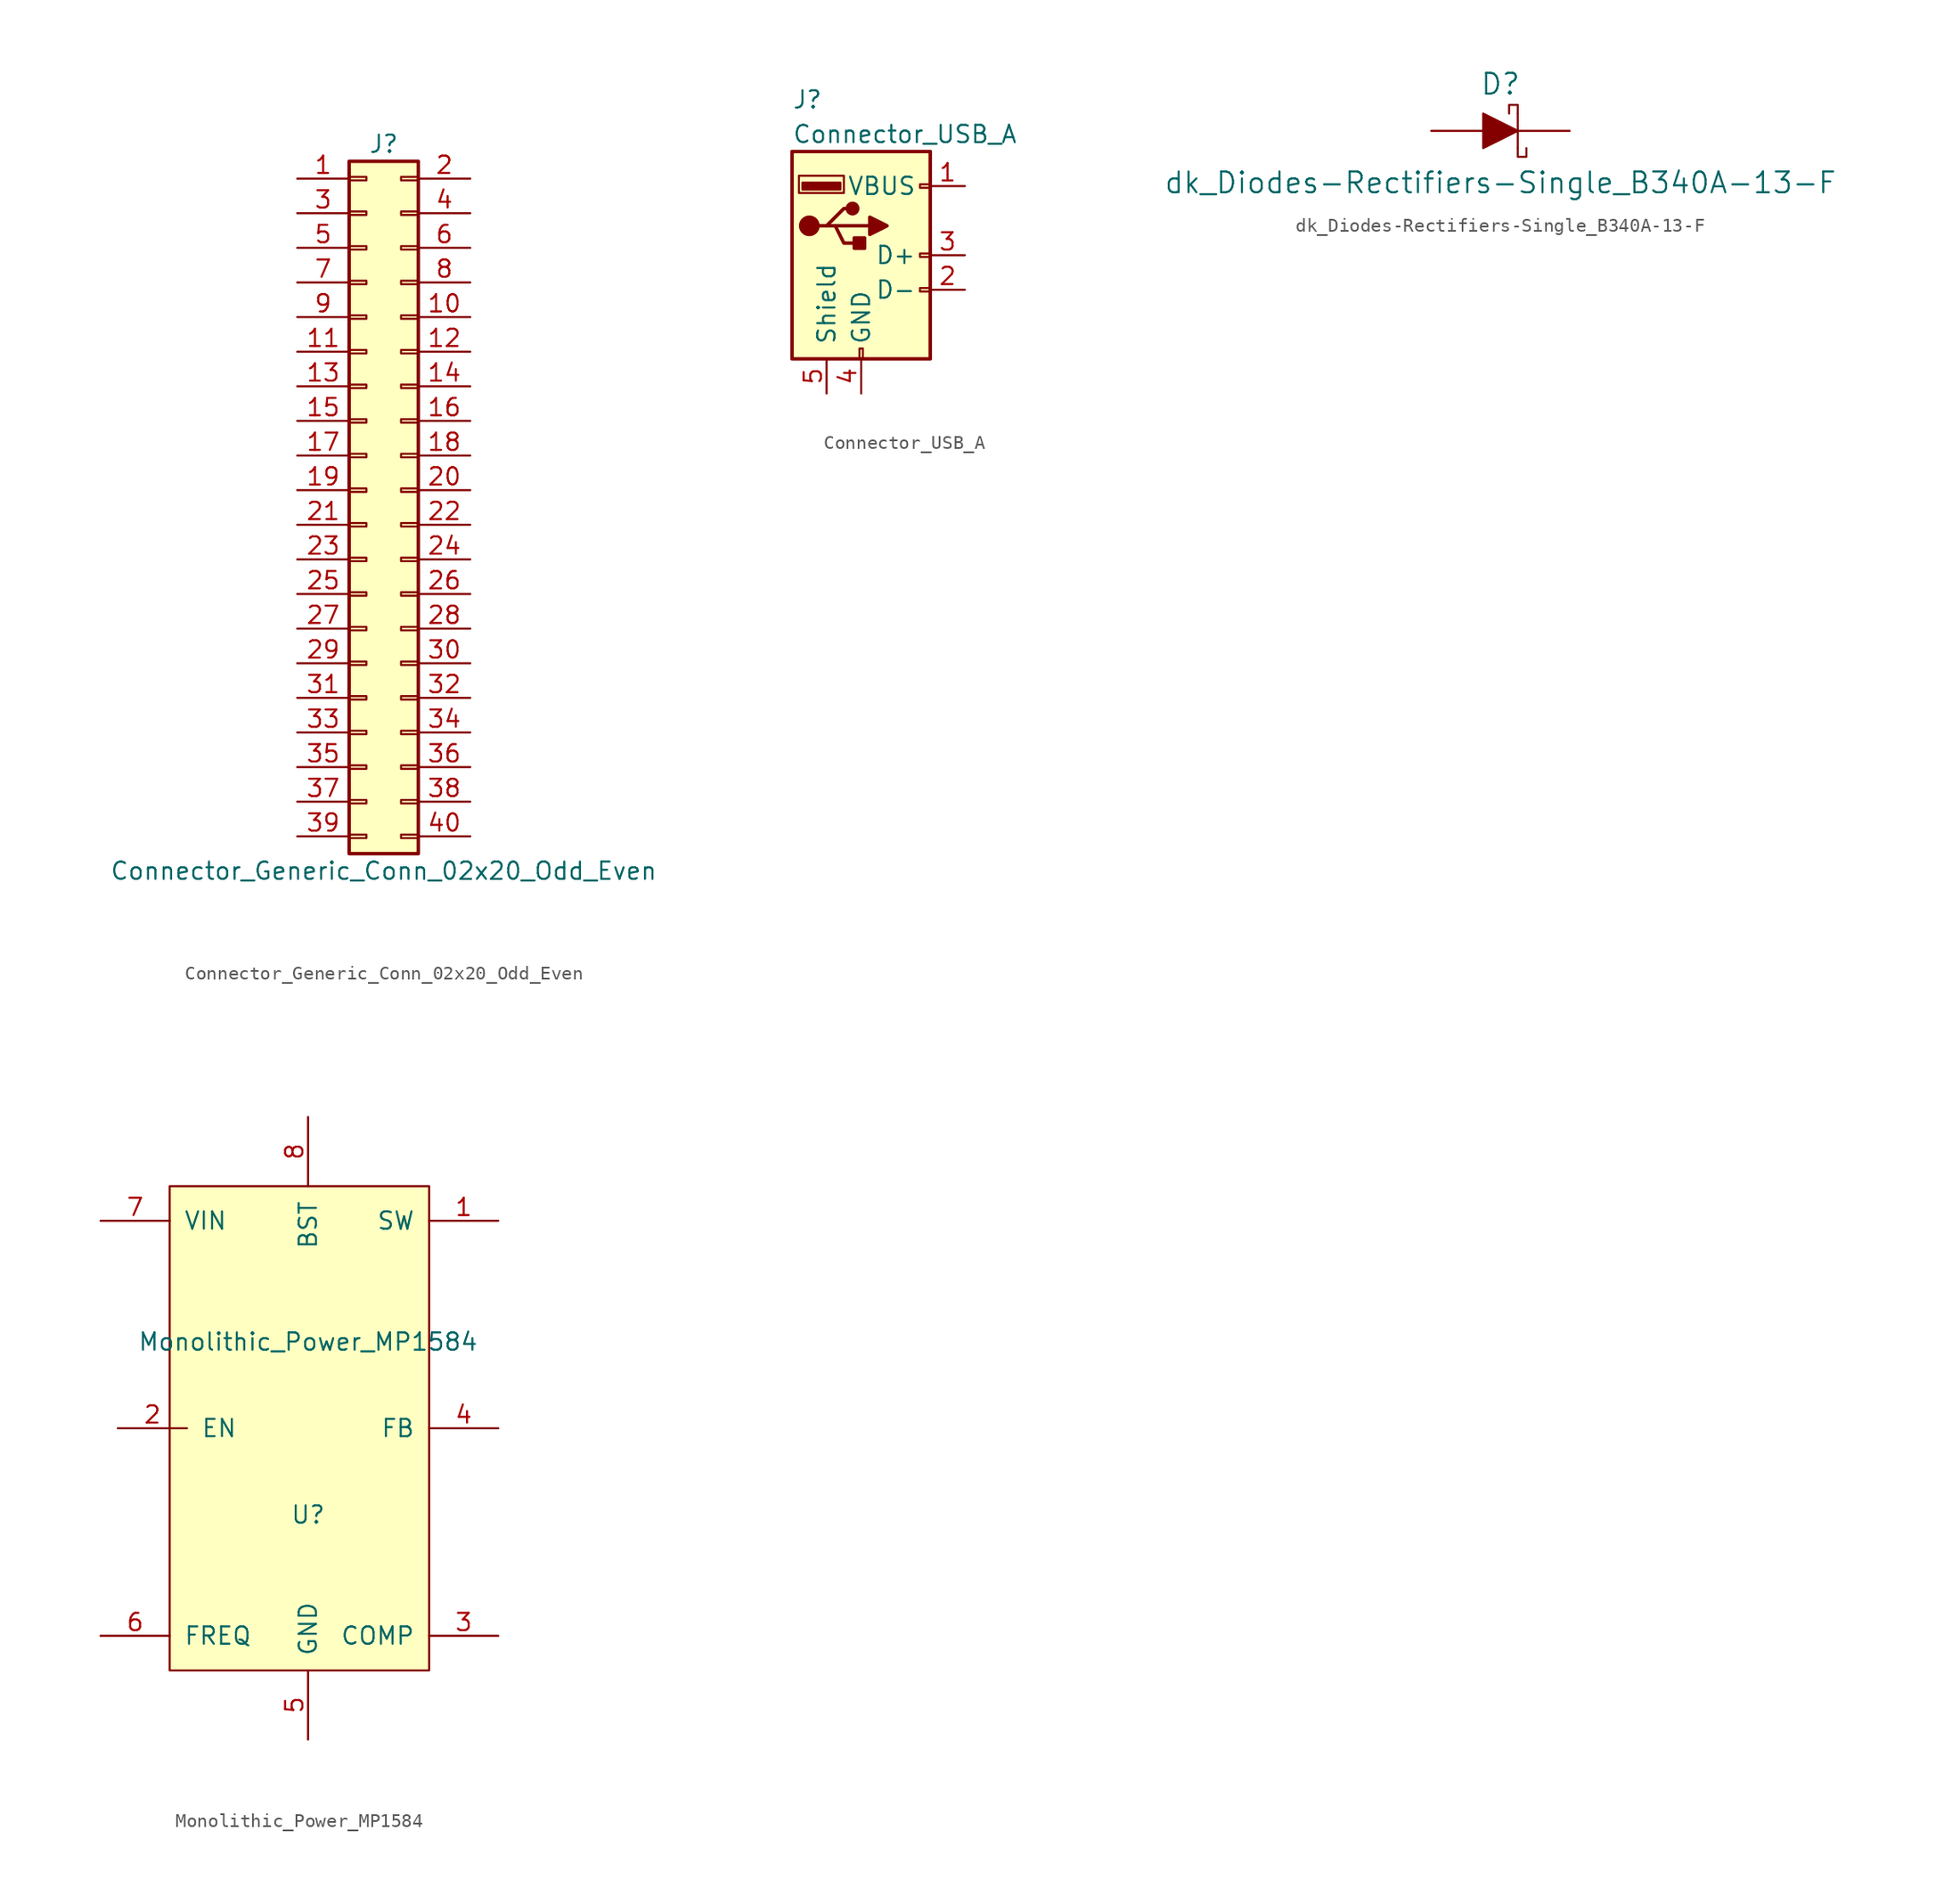
<source format=kicad_sym>
(kicad_symbol_lib
  (version 20211014)
  (generator kicad_symbol_editor)
  (symbol "Connector_Generic_Conn_02x20_Odd_Even"
    (pin_names
      (offset 1.016) hide)
    (property "Reference" "J"
      (at 1.27 25.4 0)
      (effects (font (size 1.27 1.27))))
    (property "Value" "Connector_Generic_Conn_02x20_Odd_Even"
      (at 1.27 -27.94 0)
      (effects (font (size 1.27 1.27))))
    (symbol "Connector_Generic_Conn_02x20_Odd_Even_1_1"
      (rectangle (start -1.27 -25.273) (end 0 -25.527) (stroke (width 0.152) (type default) (color 0 0 0 0)) (fill (type none)))
      (rectangle (start -1.27 -22.733) (end 0 -22.987) (stroke (width 0.152) (type default) (color 0 0 0 0)) (fill (type none)))
      (rectangle (start -1.27 -20.193) (end 0 -20.447) (stroke (width 0.152) (type default) (color 0 0 0 0)) (fill (type none)))
      (rectangle (start -1.27 -17.653) (end 0 -17.907) (stroke (width 0.152) (type default) (color 0 0 0 0)) (fill (type none)))
      (rectangle (start -1.27 -15.113) (end 0 -15.367) (stroke (width 0.152) (type default) (color 0 0 0 0)) (fill (type none)))
      (rectangle (start -1.27 -12.573) (end 0 -12.827) (stroke (width 0.152) (type default) (color 0 0 0 0)) (fill (type none)))
      (rectangle (start -1.27 -10.033) (end 0 -10.287) (stroke (width 0.152) (type default) (color 0 0 0 0)) (fill (type none)))
      (rectangle (start -1.27 -7.493) (end 0 -7.747) (stroke (width 0.152) (type default) (color 0 0 0 0)) (fill (type none)))
      (rectangle (start -1.27 -4.953) (end 0 -5.207) (stroke (width 0.152) (type default) (color 0 0 0 0)) (fill (type none)))
      (rectangle (start -1.27 -2.413) (end 0 -2.667) (stroke (width 0.152) (type default) (color 0 0 0 0)) (fill (type none)))
      (rectangle (start -1.27 0.127) (end 0 -0.127) (stroke (width 0.152) (type default) (color 0 0 0 0)) (fill (type none)))
      (rectangle (start -1.27 2.667) (end 0 2.413) (stroke (width 0.152) (type default) (color 0 0 0 0)) (fill (type none)))
      (rectangle (start -1.27 5.207) (end 0 4.953) (stroke (width 0.152) (type default) (color 0 0 0 0)) (fill (type none)))
      (rectangle (start -1.27 7.747) (end 0 7.493) (stroke (width 0.152) (type default) (color 0 0 0 0)) (fill (type none)))
      (rectangle (start -1.27 10.287) (end 0 10.033) (stroke (width 0.152) (type default) (color 0 0 0 0)) (fill (type none)))
      (rectangle (start -1.27 12.827) (end 0 12.573) (stroke (width 0.152) (type default) (color 0 0 0 0)) (fill (type none)))
      (rectangle (start -1.27 15.367) (end 0 15.113) (stroke (width 0.152) (type default) (color 0 0 0 0)) (fill (type none)))
      (rectangle (start -1.27 17.907) (end 0 17.653) (stroke (width 0.152) (type default) (color 0 0 0 0)) (fill (type none)))
      (rectangle (start -1.27 20.447) (end 0 20.193) (stroke (width 0.152) (type default) (color 0 0 0 0)) (fill (type none)))
      (rectangle (start -1.27 22.987) (end 0 22.733) (stroke (width 0.152) (type default) (color 0 0 0 0)) (fill (type none)))
      (rectangle (start -1.27 24.13) (end 3.81 -26.67) (stroke (width 0.254) (type default) (color 0 0 0 0)) (fill (type background)))
      (rectangle (start 3.81 -25.273) (end 2.54 -25.527) (stroke (width 0.152) (type default) (color 0 0 0 0)) (fill (type none)))
      (rectangle (start 3.81 -22.733) (end 2.54 -22.987) (stroke (width 0.152) (type default) (color 0 0 0 0)) (fill (type none)))
      (rectangle (start 3.81 -20.193) (end 2.54 -20.447) (stroke (width 0.152) (type default) (color 0 0 0 0)) (fill (type none)))
      (rectangle (start 3.81 -17.653) (end 2.54 -17.907) (stroke (width 0.152) (type default) (color 0 0 0 0)) (fill (type none)))
      (rectangle (start 3.81 -15.113) (end 2.54 -15.367) (stroke (width 0.152) (type default) (color 0 0 0 0)) (fill (type none)))
      (rectangle (start 3.81 -12.573) (end 2.54 -12.827) (stroke (width 0.152) (type default) (color 0 0 0 0)) (fill (type none)))
      (rectangle (start 3.81 -10.033) (end 2.54 -10.287) (stroke (width 0.152) (type default) (color 0 0 0 0)) (fill (type none)))
      (rectangle (start 3.81 -7.493) (end 2.54 -7.747) (stroke (width 0.152) (type default) (color 0 0 0 0)) (fill (type none)))
      (rectangle (start 3.81 -4.953) (end 2.54 -5.207) (stroke (width 0.152) (type default) (color 0 0 0 0)) (fill (type none)))
      (rectangle (start 3.81 -2.413) (end 2.54 -2.667) (stroke (width 0.152) (type default) (color 0 0 0 0)) (fill (type none)))
      (rectangle (start 3.81 0.127) (end 2.54 -0.127) (stroke (width 0.152) (type default) (color 0 0 0 0)) (fill (type none)))
      (rectangle (start 3.81 2.667) (end 2.54 2.413) (stroke (width 0.152) (type default) (color 0 0 0 0)) (fill (type none)))
      (rectangle (start 3.81 5.207) (end 2.54 4.953) (stroke (width 0.152) (type default) (color 0 0 0 0)) (fill (type none)))
      (rectangle (start 3.81 7.747) (end 2.54 7.493) (stroke (width 0.152) (type default) (color 0 0 0 0)) (fill (type none)))
      (rectangle (start 3.81 10.287) (end 2.54 10.033) (stroke (width 0.152) (type default) (color 0 0 0 0)) (fill (type none)))
      (rectangle (start 3.81 12.827) (end 2.54 12.573) (stroke (width 0.152) (type default) (color 0 0 0 0)) (fill (type none)))
      (rectangle (start 3.81 15.367) (end 2.54 15.113) (stroke (width 0.152) (type default) (color 0 0 0 0)) (fill (type none)))
      (rectangle (start 3.81 17.907) (end 2.54 17.653) (stroke (width 0.152) (type default) (color 0 0 0 0)) (fill (type none)))
      (rectangle (start 3.81 20.447) (end 2.54 20.193) (stroke (width 0.152) (type default) (color 0 0 0 0)) (fill (type none)))
      (rectangle (start 3.81 22.987) (end 2.54 22.733) (stroke (width 0.152) (type default) (color 0 0 0 0)) (fill (type none)))
      (pin passive line (at -5.08 22.86 0) (length 3.81) (name "Pin_1" (effects (font (size 1.27 1.27)))) (number "1" (effects (font (size 1.27 1.27)))))
      (pin passive line (at 7.62 12.7 180) (length 3.81) (name "Pin_10" (effects (font (size 1.27 1.27)))) (number "10" (effects (font (size 1.27 1.27)))))
      (pin passive line (at -5.08 10.16 0) (length 3.81) (name "Pin_11" (effects (font (size 1.27 1.27)))) (number "11" (effects (font (size 1.27 1.27)))))
      (pin passive line (at 7.62 10.16 180) (length 3.81) (name "Pin_12" (effects (font (size 1.27 1.27)))) (number "12" (effects (font (size 1.27 1.27)))))
      (pin passive line (at -5.08 7.62 0) (length 3.81) (name "Pin_13" (effects (font (size 1.27 1.27)))) (number "13" (effects (font (size 1.27 1.27)))))
      (pin passive line (at 7.62 7.62 180) (length 3.81) (name "Pin_14" (effects (font (size 1.27 1.27)))) (number "14" (effects (font (size 1.27 1.27)))))
      (pin passive line (at -5.08 5.08 0) (length 3.81) (name "Pin_15" (effects (font (size 1.27 1.27)))) (number "15" (effects (font (size 1.27 1.27)))))
      (pin passive line (at 7.62 5.08 180) (length 3.81) (name "Pin_16" (effects (font (size 1.27 1.27)))) (number "16" (effects (font (size 1.27 1.27)))))
      (pin passive line (at -5.08 2.54 0) (length 3.81) (name "Pin_17" (effects (font (size 1.27 1.27)))) (number "17" (effects (font (size 1.27 1.27)))))
      (pin passive line (at 7.62 2.54 180) (length 3.81) (name "Pin_18" (effects (font (size 1.27 1.27)))) (number "18" (effects (font (size 1.27 1.27)))))
      (pin passive line (at -5.08 0 0) (length 3.81) (name "Pin_19" (effects (font (size 1.27 1.27)))) (number "19" (effects (font (size 1.27 1.27)))))
      (pin passive line (at 7.62 22.86 180) (length 3.81) (name "Pin_2" (effects (font (size 1.27 1.27)))) (number "2" (effects (font (size 1.27 1.27)))))
      (pin passive line (at 7.62 0 180) (length 3.81) (name "Pin_20" (effects (font (size 1.27 1.27)))) (number "20" (effects (font (size 1.27 1.27)))))
      (pin passive line (at -5.08 -2.54 0) (length 3.81) (name "Pin_21" (effects (font (size 1.27 1.27)))) (number "21" (effects (font (size 1.27 1.27)))))
      (pin passive line (at 7.62 -2.54 180) (length 3.81) (name "Pin_22" (effects (font (size 1.27 1.27)))) (number "22" (effects (font (size 1.27 1.27)))))
      (pin passive line (at -5.08 -5.08 0) (length 3.81) (name "Pin_23" (effects (font (size 1.27 1.27)))) (number "23" (effects (font (size 1.27 1.27)))))
      (pin passive line (at 7.62 -5.08 180) (length 3.81) (name "Pin_24" (effects (font (size 1.27 1.27)))) (number "24" (effects (font (size 1.27 1.27)))))
      (pin passive line (at -5.08 -7.62 0) (length 3.81) (name "Pin_25" (effects (font (size 1.27 1.27)))) (number "25" (effects (font (size 1.27 1.27)))))
      (pin passive line (at 7.62 -7.62 180) (length 3.81) (name "Pin_26" (effects (font (size 1.27 1.27)))) (number "26" (effects (font (size 1.27 1.27)))))
      (pin passive line (at -5.08 -10.16 0) (length 3.81) (name "Pin_27" (effects (font (size 1.27 1.27)))) (number "27" (effects (font (size 1.27 1.27)))))
      (pin passive line (at 7.62 -10.16 180) (length 3.81) (name "Pin_28" (effects (font (size 1.27 1.27)))) (number "28" (effects (font (size 1.27 1.27)))))
      (pin passive line (at -5.08 -12.7 0) (length 3.81) (name "Pin_29" (effects (font (size 1.27 1.27)))) (number "29" (effects (font (size 1.27 1.27)))))
      (pin passive line (at -5.08 20.32 0) (length 3.81) (name "Pin_3" (effects (font (size 1.27 1.27)))) (number "3" (effects (font (size 1.27 1.27)))))
      (pin passive line (at 7.62 -12.7 180) (length 3.81) (name "Pin_30" (effects (font (size 1.27 1.27)))) (number "30" (effects (font (size 1.27 1.27)))))
      (pin passive line (at -5.08 -15.24 0) (length 3.81) (name "Pin_31" (effects (font (size 1.27 1.27)))) (number "31" (effects (font (size 1.27 1.27)))))
      (pin passive line (at 7.62 -15.24 180) (length 3.81) (name "Pin_32" (effects (font (size 1.27 1.27)))) (number "32" (effects (font (size 1.27 1.27)))))
      (pin passive line (at -5.08 -17.78 0) (length 3.81) (name "Pin_33" (effects (font (size 1.27 1.27)))) (number "33" (effects (font (size 1.27 1.27)))))
      (pin passive line (at 7.62 -17.78 180) (length 3.81) (name "Pin_34" (effects (font (size 1.27 1.27)))) (number "34" (effects (font (size 1.27 1.27)))))
      (pin passive line (at -5.08 -20.32 0) (length 3.81) (name "Pin_35" (effects (font (size 1.27 1.27)))) (number "35" (effects (font (size 1.27 1.27)))))
      (pin passive line (at 7.62 -20.32 180) (length 3.81) (name "Pin_36" (effects (font (size 1.27 1.27)))) (number "36" (effects (font (size 1.27 1.27)))))
      (pin passive line (at -5.08 -22.86 0) (length 3.81) (name "Pin_37" (effects (font (size 1.27 1.27)))) (number "37" (effects (font (size 1.27 1.27)))))
      (pin passive line (at 7.62 -22.86 180) (length 3.81) (name "Pin_38" (effects (font (size 1.27 1.27)))) (number "38" (effects (font (size 1.27 1.27)))))
      (pin passive line (at -5.08 -25.4 0) (length 3.81) (name "Pin_39" (effects (font (size 1.27 1.27)))) (number "39" (effects (font (size 1.27 1.27)))))
      (pin passive line (at 7.62 20.32 180) (length 3.81) (name "Pin_4" (effects (font (size 1.27 1.27)))) (number "4" (effects (font (size 1.27 1.27)))))
      (pin passive line (at 7.62 -25.4 180) (length 3.81) (name "Pin_40" (effects (font (size 1.27 1.27)))) (number "40" (effects (font (size 1.27 1.27)))))
      (pin passive line (at -5.08 17.78 0) (length 3.81) (name "Pin_5" (effects (font (size 1.27 1.27)))) (number "5" (effects (font (size 1.27 1.27)))))
      (pin passive line (at 7.62 17.78 180) (length 3.81) (name "Pin_6" (effects (font (size 1.27 1.27)))) (number "6" (effects (font (size 1.27 1.27)))))
      (pin passive line (at -5.08 15.24 0) (length 3.81) (name "Pin_7" (effects (font (size 1.27 1.27)))) (number "7" (effects (font (size 1.27 1.27)))))
      (pin passive line (at 7.62 15.24 180) (length 3.81) (name "Pin_8" (effects (font (size 1.27 1.27)))) (number "8" (effects (font (size 1.27 1.27)))))
      (pin passive line (at -5.08 12.7 0) (length 3.81) (name "Pin_9" (effects (font (size 1.27 1.27)))) (number "9" (effects (font (size 1.27 1.27)))))))
  (symbol "Connector_USB_A"
    (pin_names
      (offset 1.016))
    (property "Reference" "J"
      (at -5.08 11.43 0)
      (effects (font (size 1.27 1.27)) (justify left)))
    (property "Value" "Connector_USB_A"
      (at -5.08 8.89 0)
      (effects (font (size 1.27 1.27)) (justify left)))
    (symbol "Connector_USB_A_0_1"
      (rectangle (start -5.08 -7.62) (end 5.08 7.62) (stroke (width 0.254) (type default) (color 0 0 0 0)) (fill (type background)))
      (circle (center -3.81 2.159) (radius 0.635) (stroke (width 0.254) (type default) (color 0 0 0 0)) (fill (type outline)))
      (rectangle (start -1.524 4.826) (end -4.318 5.334) (stroke (width 0) (type default) (color 0 0 0 0)) (fill (type outline)))
      (rectangle (start -1.27 4.572) (end -4.572 5.842) (stroke (width 0) (type default) (color 0 0 0 0)) (fill (type none)))
      (circle (center -0.635 3.429) (radius 0.381) (stroke (width 0.254) (type default) (color 0 0 0 0)) (fill (type outline)))
      (rectangle (start -0.127 -7.62) (end 0.127 -6.858) (stroke (width 0) (type default) (color 0 0 0 0)) (fill (type none)))
      (polyline (pts (xy -3.175 2.159) (xy -2.54 2.159) (xy -1.27 3.429) (xy -0.635 3.429)) (stroke (width 0.254) (type default) (color 0 0 0 0)) (fill (type none)))
      (polyline (pts (xy -2.54 2.159) (xy -1.905 2.159) (xy -1.27 0.889) (xy 0 0.889)) (stroke (width 0.254) (type default) (color 0 0 0 0)) (fill (type none)))
      (polyline (pts (xy 0.635 2.794) (xy 0.635 1.524) (xy 1.905 2.159) (xy 0.635 2.794)) (stroke (width 0.254) (type default) (color 0 0 0 0)) (fill (type outline)))
      (rectangle (start 0.254 1.27) (end -0.508 0.508) (stroke (width 0.254) (type default) (color 0 0 0 0)) (fill (type outline)))
      (rectangle (start 5.08 -2.667) (end 4.318 -2.413) (stroke (width 0) (type default) (color 0 0 0 0)) (fill (type none)))
      (rectangle (start 5.08 -0.127) (end 4.318 0.127) (stroke (width 0) (type default) (color 0 0 0 0)) (fill (type none)))
      (rectangle (start 5.08 4.953) (end 4.318 5.207) (stroke (width 0) (type default) (color 0 0 0 0)) (fill (type none))))
    (symbol "Connector_USB_A_1_1"
      (polyline (pts (xy -1.905 2.159) (xy 0.635 2.159)) (stroke (width 0.254) (type default) (color 0 0 0 0)) (fill (type none)))
      (pin power_in line (at 7.62 5.08 180) (length 2.54) (name "VBUS" (effects (font (size 1.27 1.27)))) (number "1" (effects (font (size 1.27 1.27)))))
      (pin passive line (at 7.62 -2.54 180) (length 2.54) (name "D-" (effects (font (size 1.27 1.27)))) (number "2" (effects (font (size 1.27 1.27)))))
      (pin passive line (at 7.62 0 180) (length 2.54) (name "D+" (effects (font (size 1.27 1.27)))) (number "3" (effects (font (size 1.27 1.27)))))
      (pin power_in line (at 0 -10.16 90) (length 2.54) (name "GND" (effects (font (size 1.27 1.27)))) (number "4" (effects (font (size 1.27 1.27)))))
      (pin passive line (at -2.54 -10.16 90) (length 2.54) (name "Shield" (effects (font (size 1.27 1.27)))) (number "5" (effects (font (size 1.27 1.27)))))))
  (symbol "dk_Diodes-Rectifiers-Single_B340A-13-F"
    (pin_numbers hide)
    (pin_names
      (offset 0) hide)
    (property "Reference" "D"
      (at 0 2.54 0)
      (effects (font (size 1.524 1.524)) (justify bottom)))
    (property "Value" "dk_Diodes-Rectifiers-Single_B340A-13-F"
      (at 0 -3.81 0)
      (effects (font (size 1.524 1.524))))
    (symbol "dk_Diodes-Rectifiers-Single_B340A-13-F_0_1"
      (polyline (pts (xy 1.27 1.27) (xy 1.27 -1.27)) (stroke (width 0) (type default) (color 0 0 0 0)) (fill (type none)))
      (polyline (pts (xy -1.27 1.27) (xy -1.27 -1.27) (xy 1.27 0) (xy -1.27 1.27)) (stroke (width 0) (type default) (color 0 0 0 0)) (fill (type outline)))
      (polyline (pts (xy 1.27 -1.27) (xy 1.27 -1.905) (xy 1.905 -1.905) (xy 1.905 -1.27)) (stroke (width 0) (type default) (color 0 0 0 0)) (fill (type none)))
      (polyline (pts (xy 1.27 1.27) (xy 1.27 1.905) (xy 0.635 1.905) (xy 0.635 1.27)) (stroke (width 0) (type default) (color 0 0 0 0)) (fill (type none))))
    (symbol "dk_Diodes-Rectifiers-Single_B340A-13-F_1_1"
      (pin passive line (at -5.08 0 0) (length 3.81) (name "~" (effects (font (size 1.27 1.27)))) (number "A" (effects (font (size 1.27 1.27)))))
      (pin passive line (at 5.08 0 180) (length 3.81) (name "~" (effects (font (size 1.27 1.27)))) (number "K" (effects (font (size 1.27 1.27)))))))
  (symbol "Monolithic_Power_MP1584"
    (pin_names
      (offset 1.016))
    (property "Reference" "U"
      (at 0 -15.24 0)
      (effects (font (size 1.27 1.27))))
    (property "Value" "Monolithic_Power_MP1584"
      (at 0 -2.54 0)
      (effects (font (size 1.27 1.27))))
    (symbol "Monolithic_Power_MP1584_0_1"
      (rectangle (start -10.16 8.89) (end 8.89 -26.67) (stroke (width 0) (type default) (color 0 0 0 0)) (fill (type background))))
    (symbol "Monolithic_Power_MP1584_1_1"
      (pin power_out line (at 13.97 6.35 180) (length 5.08) (name "SW" (effects (font (size 1.27 1.27)))) (number "1" (effects (font (size 1.27 1.27)))))
      (pin input line (at -13.97 -8.89 0) (length 5.08) (name "EN" (effects (font (size 1.27 1.27)))) (number "2" (effects (font (size 1.27 1.27)))))
      (pin input line (at 13.97 -24.13 180) (length 5.08) (name "COMP" (effects (font (size 1.27 1.27)))) (number "3" (effects (font (size 1.27 1.27)))))
      (pin input line (at 13.97 -8.89 180) (length 5.08) (name "FB" (effects (font (size 1.27 1.27)))) (number "4" (effects (font (size 1.27 1.27)))))
      (pin input line (at 0 -31.75 90) (length 5.08) (name "GND" (effects (font (size 1.27 1.27)))) (number "5" (effects (font (size 1.27 1.27)))))
      (pin input line (at -15.24 -24.13 0) (length 5.08) (name "FREQ" (effects (font (size 1.27 1.27)))) (number "6" (effects (font (size 1.27 1.27)))))
      (pin input line (at -15.24 6.35 0) (length 5.08) (name "VIN" (effects (font (size 1.27 1.27)))) (number "7" (effects (font (size 1.27 1.27)))))
      (pin input line (at 0 13.97 270) (length 5.08) (name "BST" (effects (font (size 1.27 1.27)))) (number "8" (effects (font (size 1.27 1.27))))))))
</source>
